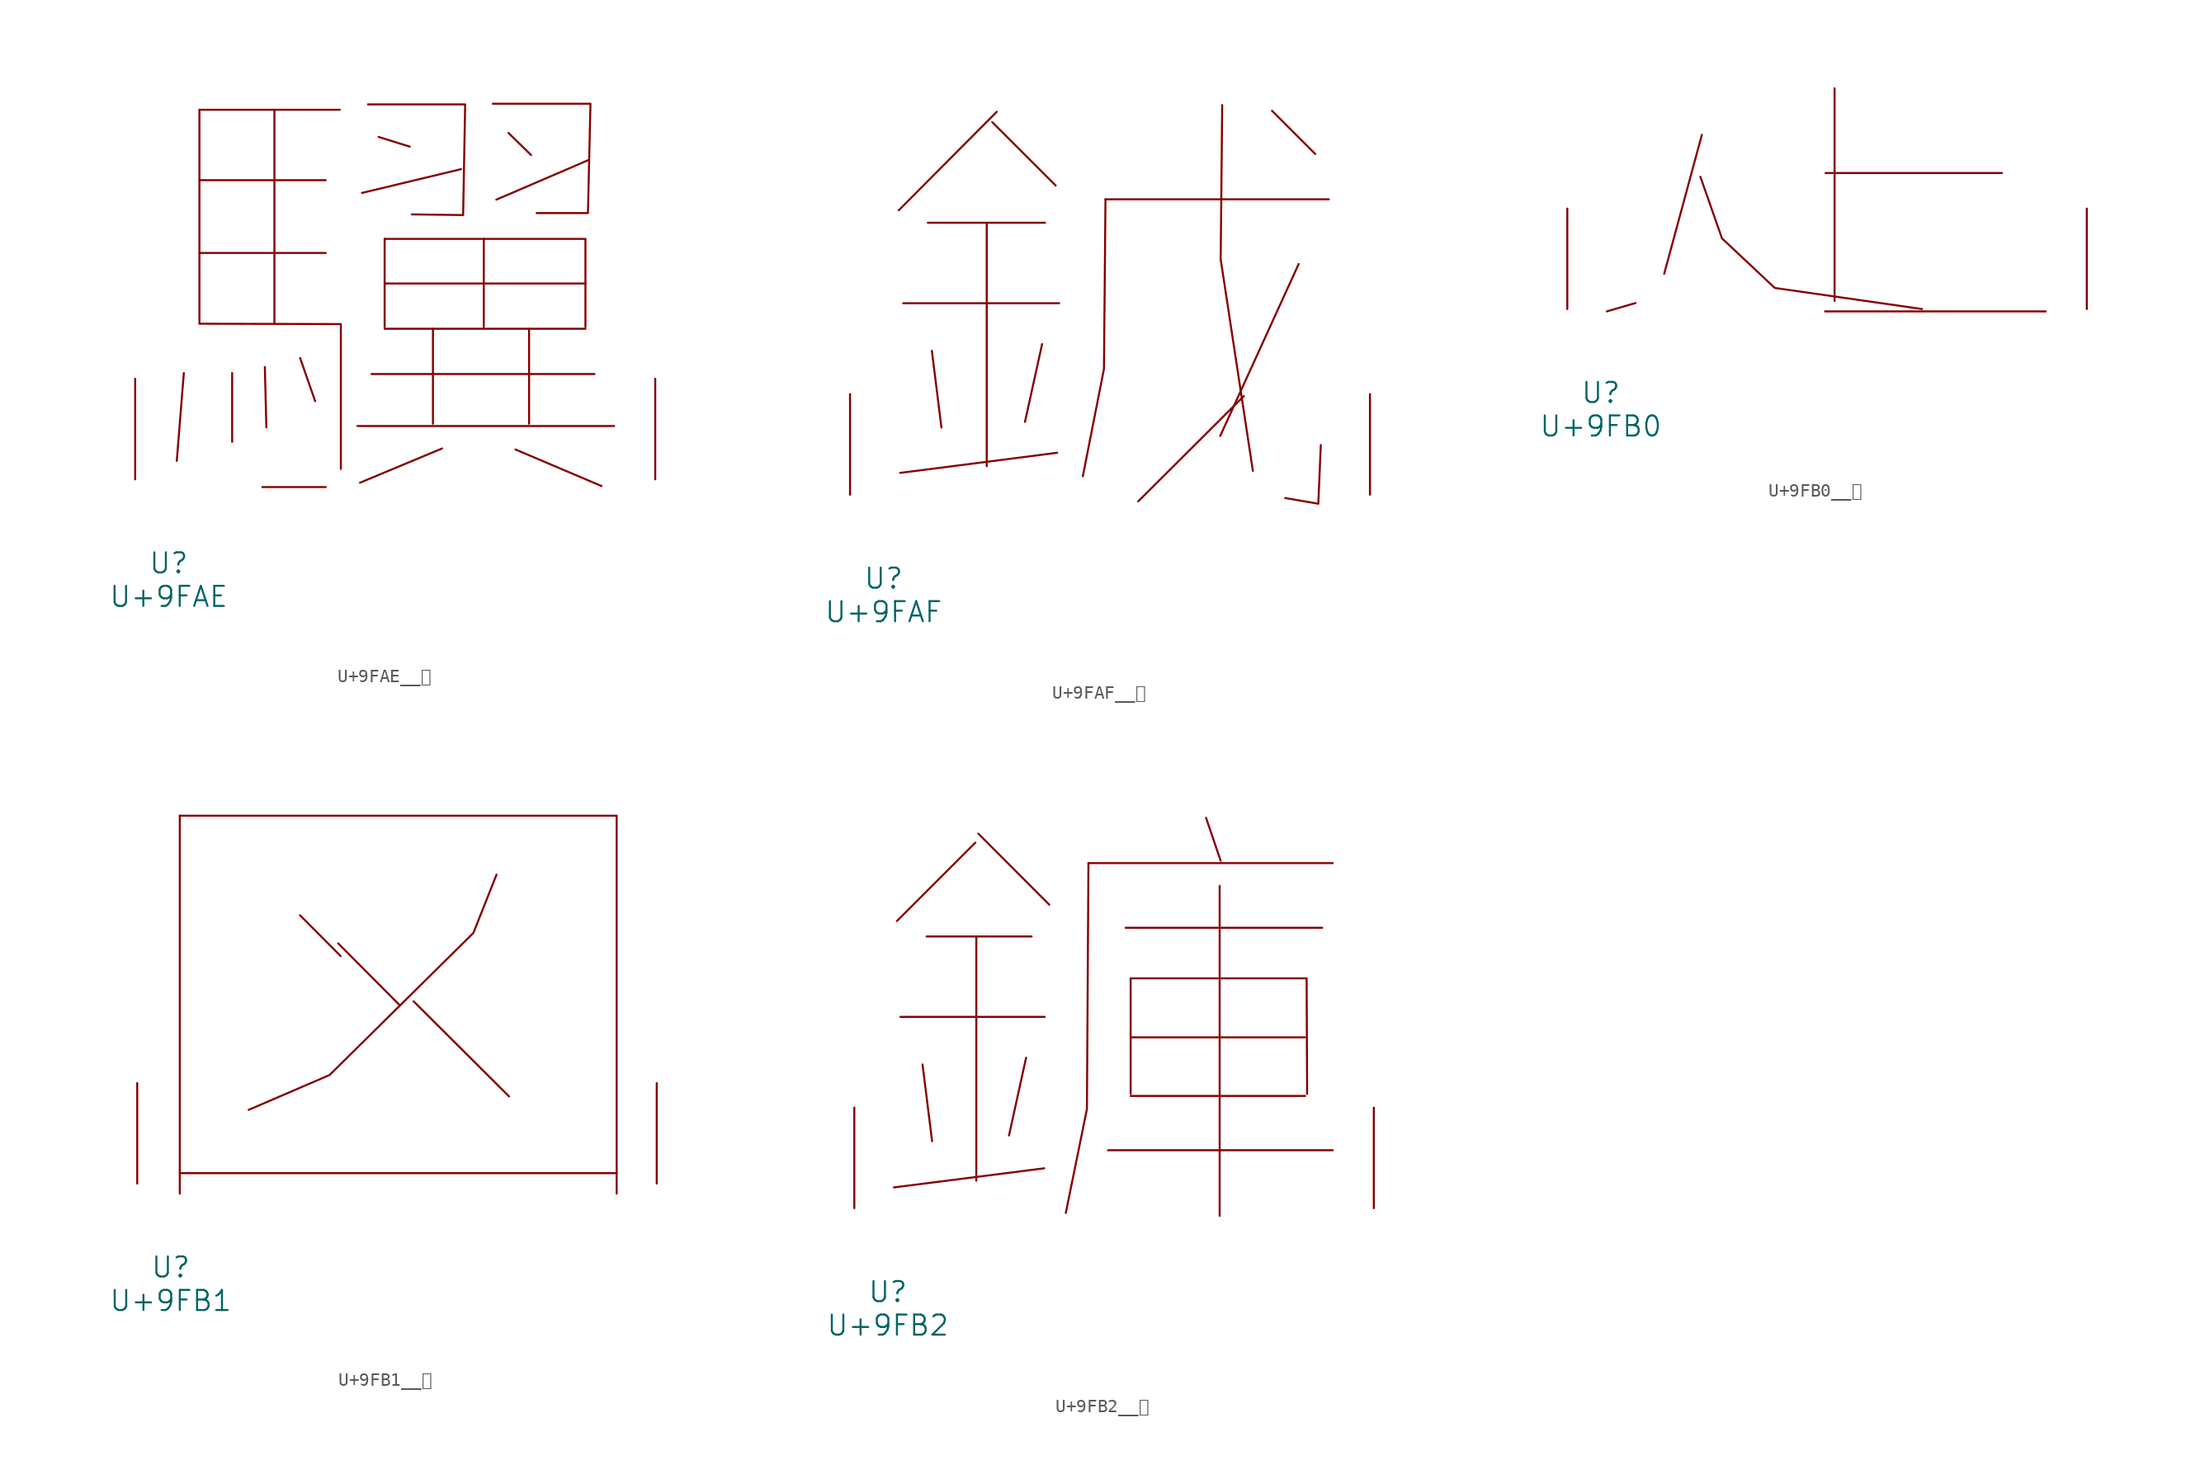
<source format=kicad_sym>
(kicad_symbol_lib
  (version 20231120)
  (generator "kicad_symbol_editor")
  (generator_version "8.0")
  (symbol "U+9FAE__龮"
    (pin_names
      (offset 1.016))
    (property "Reference" "U"
      (at 0 -6.35 0)
      (effects (font (size 1.524 1.524))))
    (property "Value" "U+9FAE"
      (at 0 -8.89 0)
      (effects (font (size 1.524 1.524))))
    (symbol "U+9FAE__龮_0_1"
      (polyline (pts (xy 1.143 8.052) (xy 0.61 1.397)) (stroke (width 0) (type solid)) (fill (type none)))
      (polyline (pts (xy 2.324 17.145) (xy 11.887 17.145)) (stroke (width 0) (type solid)) (fill (type none)))
      (polyline (pts (xy 2.324 22.657) (xy 11.887 22.657)) (stroke (width 0) (type solid)) (fill (type none)))
      (polyline (pts (xy 2.324 27.991) (xy 12.954 27.991)) (stroke (width 0) (type solid)) (fill (type none)))
      (polyline (pts (xy 4.801 8.052) (xy 4.801 2.845)) (stroke (width 0) (type solid)) (fill (type none)))
      (polyline (pts (xy 7.087 -0.584) (xy 11.887 -0.584)) (stroke (width 0) (type solid)) (fill (type none)))
      (polyline (pts (xy 7.277 8.509) (xy 7.391 3.937)) (stroke (width 0) (type solid)) (fill (type none)))
      (polyline (pts (xy 8.001 27.991) (xy 8.001 11.836)) (stroke (width 0) (type solid)) (fill (type none)))
      (polyline (pts (xy 9.944 9.195) (xy 11.087 5.918)) (stroke (width 0) (type solid)) (fill (type none)))
      (polyline (pts (xy 14.287 4.039) (xy 33.718 4.039)) (stroke (width 0) (type solid)) (fill (type none)))
      (polyline (pts (xy 15.354 7.976) (xy 32.233 7.976)) (stroke (width 0) (type solid)) (fill (type none)))
      (polyline (pts (xy 15.888 25.933) (xy 18.25 25.197)) (stroke (width 0) (type solid)) (fill (type none)))
      (polyline (pts (xy 16.345 11.405) (xy 31.547 11.405)) (stroke (width 0) (type solid)) (fill (type none)))
      (polyline (pts (xy 16.345 14.834) (xy 31.547 14.834)) (stroke (width 0) (type solid)) (fill (type none)))
      (polyline (pts (xy 16.345 18.212) (xy 16.345 11.532)) (stroke (width 0) (type solid)) (fill (type none)))
      (polyline (pts (xy 20.003 11.405) (xy 20.003 4.216)) (stroke (width 0) (type solid)) (fill (type none)))
      (polyline (pts (xy 20.688 2.337) (xy 14.478 -0.254)) (stroke (width 0) (type solid)) (fill (type none)))
      (polyline (pts (xy 22.136 23.495) (xy 14.63 21.692)) (stroke (width 0) (type solid)) (fill (type none)))
      (polyline (pts (xy 23.851 18.212) (xy 23.851 11.532)) (stroke (width 0) (type solid)) (fill (type none)))
      (polyline (pts (xy 25.718 26.238) (xy 27.432 24.562)) (stroke (width 0) (type solid)) (fill (type none)))
      (polyline (pts (xy 26.251 2.261) (xy 32.766 -0.508)) (stroke (width 0) (type solid)) (fill (type none)))
      (polyline (pts (xy 27.28 11.405) (xy 27.28 4.216)) (stroke (width 0) (type solid)) (fill (type none)))
      (polyline (pts (xy 31.775 24.181) (xy 24.803 21.184)) (stroke (width 0) (type solid)) (fill (type none)))
      (polyline (pts (xy 16.345 18.212) (xy 31.547 18.212) (xy 31.547 11.532)) (stroke (width 0) (type solid)) (fill (type none)))
      (polyline (pts (xy 2.324 27.991) (xy 2.324 11.786) (xy 13.03 11.76) (xy 13.03 0.787)) (stroke (width 0) (type solid)) (fill (type none)))
      (polyline (pts (xy 15.088 28.397) (xy 22.441 28.397) (xy 22.288 20.015) (xy 18.402 20.066)) (stroke (width 0) (type solid)) (fill (type none)))
      (polyline (pts (xy 24.536 28.448) (xy 31.928 28.448) (xy 31.737 20.168) (xy 27.851 20.168)) (stroke (width 0) (type solid)) (fill (type none)))
      (pin input line (at -2.54 0 90) (length 7.62) (name "~" (effects (font (size 1.27 1.27)))) (number "~" (effects (font (size 1.27 1.27)))))
      (pin input line (at 36.83 0 90) (length 7.62) (name "~" (effects (font (size 1.27 1.27)))) (number "~" (effects (font (size 1.27 1.27)))))))
  (symbol "U+9FAF__龯"
    (pin_names
      (offset 1.016))
    (property "Reference" "U"
      (at 0 -6.35 0)
      (effects (font (size 1.524 1.524))))
    (property "Value" "U+9FAF"
      (at 0 -8.89 0)
      (effects (font (size 1.524 1.524))))
    (symbol "U+9FAF__龯_0_1"
      (polyline (pts (xy 1.486 14.503) (xy 13.297 14.503)) (stroke (width 0) (type solid)) (fill (type none)))
      (polyline (pts (xy 3.353 20.599) (xy 12.23 20.599)) (stroke (width 0) (type solid)) (fill (type none)))
      (polyline (pts (xy 3.658 10.897) (xy 4.381 5.08)) (stroke (width 0) (type solid)) (fill (type none)))
      (polyline (pts (xy 7.811 20.599) (xy 7.811 2.159)) (stroke (width 0) (type solid)) (fill (type none)))
      (polyline (pts (xy 8.23 28.219) (xy 13.03 23.419)) (stroke (width 0) (type solid)) (fill (type none)))
      (polyline (pts (xy 8.572 29.007) (xy 1.143 21.539)) (stroke (width 0) (type solid)) (fill (type none)))
      (polyline (pts (xy 12.002 11.405) (xy 10.706 5.512)) (stroke (width 0) (type solid)) (fill (type none)))
      (polyline (pts (xy 13.145 3.175) (xy 1.257 1.651)) (stroke (width 0) (type solid)) (fill (type none)))
      (polyline (pts (xy 16.802 22.377) (xy 33.718 22.377)) (stroke (width 0) (type solid)) (fill (type none)))
      (polyline (pts (xy 27.28 7.468) (xy 19.279 -0.508)) (stroke (width 0) (type solid)) (fill (type none)))
      (polyline (pts (xy 29.413 29.083) (xy 32.69 25.806)) (stroke (width 0) (type solid)) (fill (type none)))
      (polyline (pts (xy 31.433 17.475) (xy 25.489 4.445)) (stroke (width 0) (type solid)) (fill (type none)))
      (polyline (pts (xy 16.802 22.377) (xy 16.688 9.525) (xy 15.088 1.397)) (stroke (width 0) (type solid)) (fill (type none)))
      (polyline (pts (xy 25.641 29.515) (xy 25.527 17.831) (xy 27.965 1.803)) (stroke (width 0) (type solid)) (fill (type none)))
      (polyline (pts (xy 33.109 3.759) (xy 32.918 -0.686) (xy 30.404 -0.254)) (stroke (width 0) (type solid)) (fill (type none)))
      (pin input line (at -2.54 0 90) (length 7.62) (name "~" (effects (font (size 1.27 1.27)))) (number "~" (effects (font (size 1.27 1.27)))))
      (pin input line (at 36.83 0 90) (length 7.62) (name "~" (effects (font (size 1.27 1.27)))) (number "~" (effects (font (size 1.27 1.27)))))))
  (symbol "U+9FB0__龰"
    (pin_names
      (offset 1.016))
    (property "Reference" "U"
      (at 0 -6.35 0)
      (effects (font (size 1.524 1.524))))
    (property "Value" "U+9FB0"
      (at 0 -8.89 0)
      (effects (font (size 1.524 1.524))))
    (symbol "U+9FB0__龰_0_1"
      (polyline (pts (xy 2.629 0.457) (xy 0.457 -0.178)) (stroke (width 0) (type solid)) (fill (type none)))
      (polyline (pts (xy 7.658 13.208) (xy 4.801 2.667)) (stroke (width 0) (type solid)) (fill (type none)))
      (polyline (pts (xy 16.993 -0.178) (xy 33.718 -0.178)) (stroke (width 0) (type solid)) (fill (type none)))
      (polyline (pts (xy 17.031 10.312) (xy 30.404 10.312)) (stroke (width 0) (type solid)) (fill (type none)))
      (polyline (pts (xy 17.716 16.739) (xy 17.716 0.61)) (stroke (width 0) (type solid)) (fill (type none)))
      (polyline (pts (xy 7.544 10.033) (xy 9.182 5.359) (xy 13.183 1.6) (xy 24.346 0)) (stroke (width 0) (type solid)) (fill (type none)))
      (pin input line (at -2.54 0 90) (length 7.62) (name "~" (effects (font (size 1.27 1.27)))) (number "~" (effects (font (size 1.27 1.27)))))
      (pin input line (at 36.83 0 90) (length 7.62) (name "~" (effects (font (size 1.27 1.27)))) (number "~" (effects (font (size 1.27 1.27)))))))
  (symbol "U+9FB1__龱"
    (pin_names
      (offset 1.016))
    (property "Reference" "U"
      (at 0 -6.35 0)
      (effects (font (size 1.524 1.524))))
    (property "Value" "U+9FB1"
      (at 0 -8.89 0)
      (effects (font (size 1.524 1.524))))
    (symbol "U+9FB1__龱_0_1"
      (polyline (pts (xy 0.686 0.787) (xy 33.795 0.787)) (stroke (width 0) (type solid)) (fill (type none)))
      (polyline (pts (xy 0.686 27.889) (xy 0.686 -0.762)) (stroke (width 0) (type solid)) (fill (type none)))
      (polyline (pts (xy 9.792 20.345) (xy 12.878 17.247)) (stroke (width 0) (type solid)) (fill (type none)))
      (polyline (pts (xy 12.687 18.212) (xy 17.335 13.538)) (stroke (width 0) (type solid)) (fill (type none)))
      (polyline (pts (xy 18.402 13.818) (xy 25.641 6.604)) (stroke (width 0) (type solid)) (fill (type none)))
      (polyline (pts (xy 0.686 27.889) (xy 33.795 27.889) (xy 33.795 -0.762)) (stroke (width 0) (type solid)) (fill (type none)))
      (polyline (pts (xy 24.689 23.419) (xy 22.936 18.999) (xy 12.04 8.23) (xy 5.905 5.588)) (stroke (width 0) (type solid)) (fill (type none)))
      (pin input line (at -2.54 0 90) (length 7.62) (name "~" (effects (font (size 1.27 1.27)))) (number "~" (effects (font (size 1.27 1.27)))))
      (pin input line (at 36.83 0 90) (length 7.62) (name "~" (effects (font (size 1.27 1.27)))) (number "~" (effects (font (size 1.27 1.27)))))))
  (symbol "U+9FB2__龲"
    (pin_names
      (offset 1.016))
    (property "Reference" "U"
      (at 0 -6.35 0)
      (effects (font (size 1.524 1.524))))
    (property "Value" "U+9FB2"
      (at 0 -8.89 0)
      (effects (font (size 1.524 1.524))))
    (symbol "U+9FB2__龲_0_1"
      (polyline (pts (xy 0.953 14.503) (xy 11.887 14.503)) (stroke (width 0) (type solid)) (fill (type none)))
      (polyline (pts (xy 2.629 10.897) (xy 3.353 5.08)) (stroke (width 0) (type solid)) (fill (type none)))
      (polyline (pts (xy 2.934 20.599) (xy 10.897 20.599)) (stroke (width 0) (type solid)) (fill (type none)))
      (polyline (pts (xy 6.629 27.711) (xy 0.686 21.768)) (stroke (width 0) (type solid)) (fill (type none)))
      (polyline (pts (xy 6.706 20.599) (xy 6.706 2.083)) (stroke (width 0) (type solid)) (fill (type none)))
      (polyline (pts (xy 6.858 28.397) (xy 12.23 23.012)) (stroke (width 0) (type solid)) (fill (type none)))
      (polyline (pts (xy 10.477 11.405) (xy 9.182 5.512)) (stroke (width 0) (type solid)) (fill (type none)))
      (polyline (pts (xy 11.849 3.023) (xy 0.457 1.575)) (stroke (width 0) (type solid)) (fill (type none)))
      (polyline (pts (xy 15.202 26.162) (xy 33.718 26.162)) (stroke (width 0) (type solid)) (fill (type none)))
      (polyline (pts (xy 16.688 4.394) (xy 33.718 4.394)) (stroke (width 0) (type solid)) (fill (type none)))
      (polyline (pts (xy 18.021 21.26) (xy 32.918 21.26)) (stroke (width 0) (type solid)) (fill (type none)))
      (polyline (pts (xy 18.402 8.509) (xy 31.623 8.509)) (stroke (width 0) (type solid)) (fill (type none)))
      (polyline (pts (xy 18.402 12.954) (xy 31.623 12.954)) (stroke (width 0) (type solid)) (fill (type none)))
      (polyline (pts (xy 18.402 17.424) (xy 18.402 8.661)) (stroke (width 0) (type solid)) (fill (type none)))
      (polyline (pts (xy 24.117 29.591) (xy 25.222 26.34)) (stroke (width 0) (type solid)) (fill (type none)))
      (polyline (pts (xy 25.146 24.435) (xy 25.146 -0.584)) (stroke (width 0) (type solid)) (fill (type none)))
      (polyline (pts (xy 15.202 26.162) (xy 15.088 7.518) (xy 13.487 -0.356)) (stroke (width 0) (type solid)) (fill (type none)))
      (polyline (pts (xy 18.402 17.424) (xy 31.737 17.424) (xy 31.775 8.661)) (stroke (width 0) (type solid)) (fill (type none)))
      (pin input line (at -2.54 0 90) (length 7.62) (name "~" (effects (font (size 1.27 1.27)))) (number "~" (effects (font (size 1.27 1.27)))))
      (pin input line (at 36.83 0 90) (length 7.62) (name "~" (effects (font (size 1.27 1.27)))) (number "~" (effects (font (size 1.27 1.27))))))))
</source>
